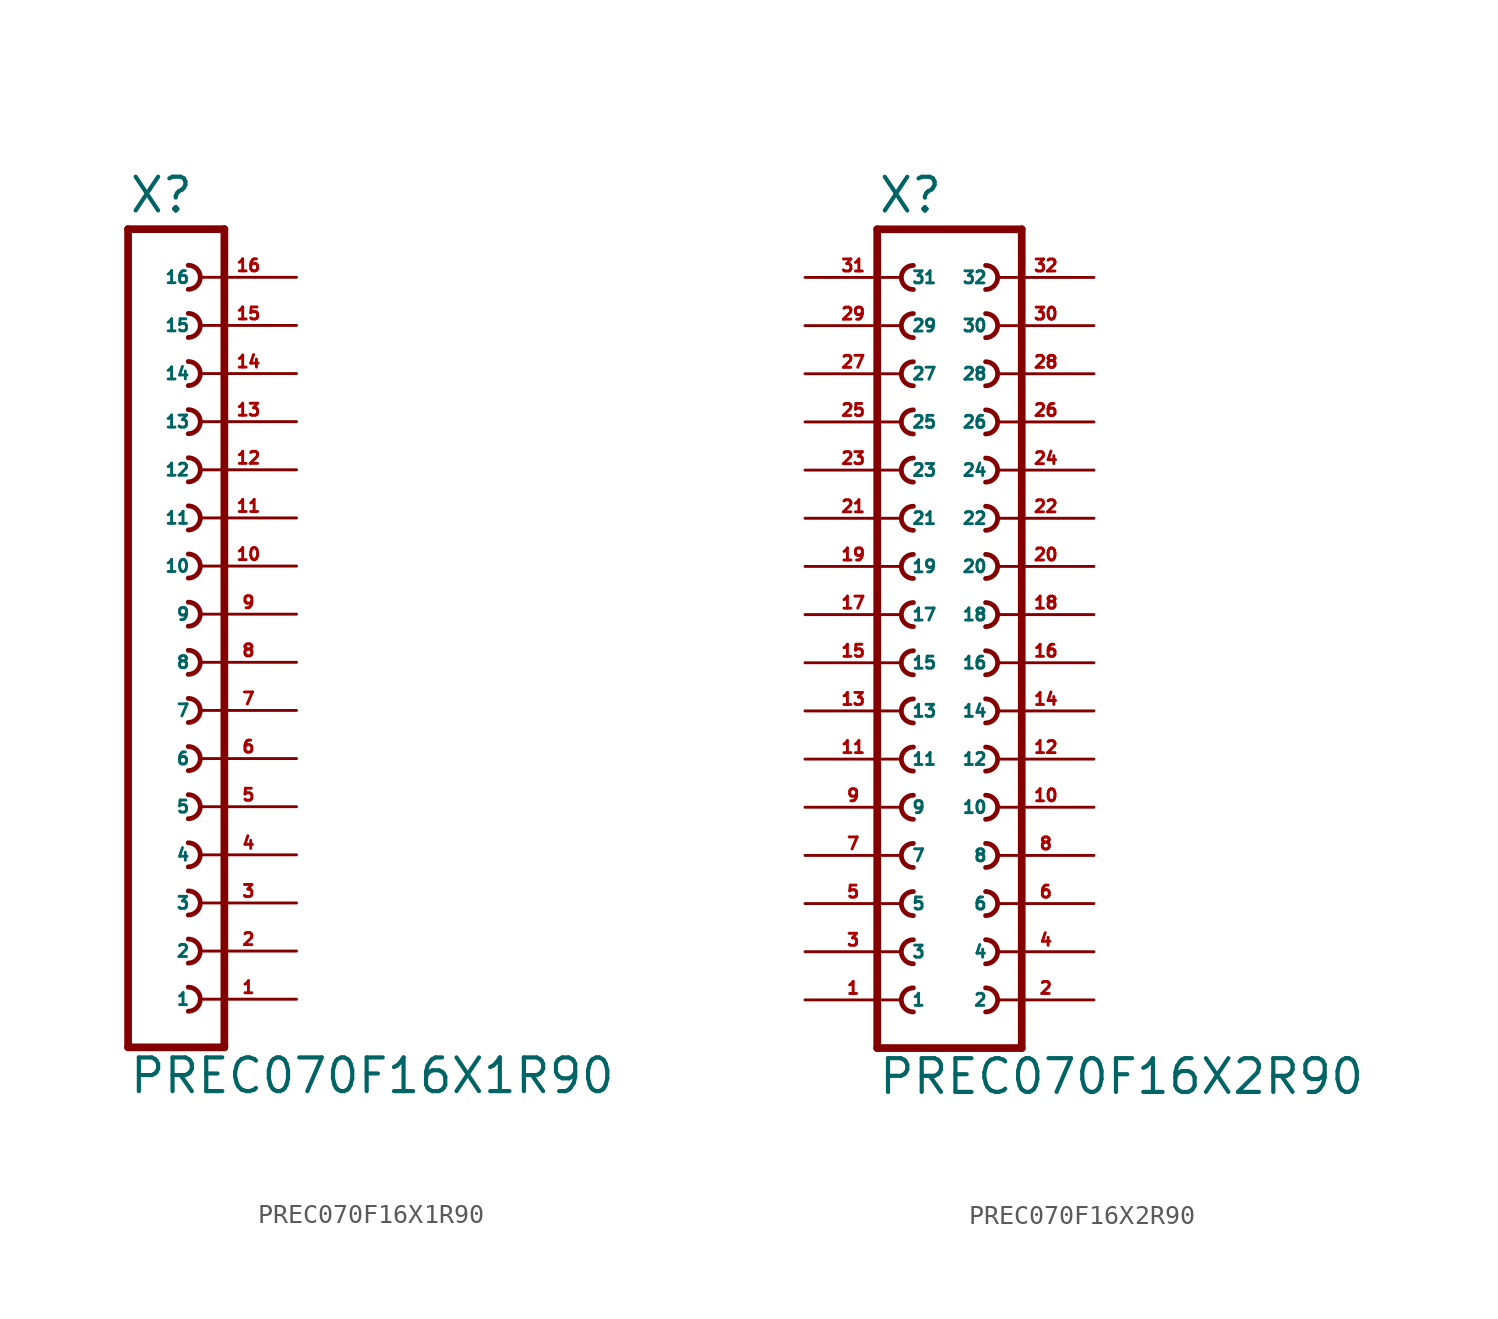
<source format=kicad_sym>
(kicad_symbol_lib
  (version 20220914)
  (generator Eagle2Kicad)
  (symbol "PREC070F16X1R90"
    (property "Reference" "X"
      (at -1.27 21.082 0)
      (effects (font (size 1.778 1.778) (thickness 0.22)) (justify left bottom)))
    (property "Value" "PREC070F16X1R90"
      (at -1.27 -25.4 0)
      (effects (font (size 1.778 1.778) (thickness 0.22)) (justify left bottom)))
    (polyline
      (pts (xy 3.81 -22.86) (xy -1.27 -22.86))
      (stroke (width 0.406) (type default))
      (fill (type none)))
    (arc
      (start 1.905 -20.955)
      (mid 2.540 -20.320)
      (end 1.905 -19.685)
      (stroke (width 0.254) (type default))
      (fill (type none)))
    (arc
      (start 1.905 -15.875)
      (mid 2.540 -15.240)
      (end 1.905 -14.605)
      (stroke (width 0.254) (type default))
      (fill (type none)))
    (arc
      (start 1.905 -18.415)
      (mid 2.540 -17.780)
      (end 1.905 -17.145)
      (stroke (width 0.254) (type default))
      (fill (type none)))
    (arc
      (start 1.905 -8.255)
      (mid 2.540 -7.620)
      (end 1.905 -6.985)
      (stroke (width 0.254) (type default))
      (fill (type none)))
    (arc
      (start 1.905 -10.795)
      (mid 2.540 -10.160)
      (end 1.905 -9.525)
      (stroke (width 0.254) (type default))
      (fill (type none)))
    (arc
      (start 1.905 -13.335)
      (mid 2.540 -12.700)
      (end 1.905 -12.065)
      (stroke (width 0.254) (type default))
      (fill (type none)))
    (arc
      (start 1.905 -3.175)
      (mid 2.540 -2.540)
      (end 1.905 -1.905)
      (stroke (width 0.254) (type default))
      (fill (type none)))
    (arc
      (start 1.905 -5.715)
      (mid 2.540 -5.080)
      (end 1.905 -4.445)
      (stroke (width 0.254) (type default))
      (fill (type none)))
    (arc
      (start 1.905 4.445)
      (mid 2.540 5.080)
      (end 1.905 5.715)
      (stroke (width 0.254) (type default))
      (fill (type none)))
    (arc
      (start 1.905 1.905)
      (mid 2.540 2.540)
      (end 1.905 3.175)
      (stroke (width 0.254) (type default))
      (fill (type none)))
    (arc
      (start 1.905 -0.635)
      (mid 2.540 0.000)
      (end 1.905 0.635)
      (stroke (width 0.254) (type default))
      (fill (type none)))
    (arc
      (start 1.905 9.525)
      (mid 2.540 10.160)
      (end 1.905 10.795)
      (stroke (width 0.254) (type default))
      (fill (type none)))
    (arc
      (start 1.905 6.985)
      (mid 2.540 7.620)
      (end 1.905 8.255)
      (stroke (width 0.254) (type default))
      (fill (type none)))
    (arc
      (start 1.905 17.145)
      (mid 2.540 17.780)
      (end 1.905 18.415)
      (stroke (width 0.254) (type default))
      (fill (type none)))
    (arc
      (start 1.905 14.605)
      (mid 2.540 15.240)
      (end 1.905 15.875)
      (stroke (width 0.254) (type default))
      (fill (type none)))
    (arc
      (start 1.905 12.065)
      (mid 2.540 12.700)
      (end 1.905 13.335)
      (stroke (width 0.254) (type default))
      (fill (type none)))
    (polyline
      (pts (xy -1.27 20.32) (xy -1.27 -22.86))
      (stroke (width 0.406) (type default))
      (fill (type none)))
    (polyline
      (pts (xy 3.81 -22.86) (xy 3.81 20.32))
      (stroke (width 0.406) (type default))
      (fill (type none)))
    (polyline
      (pts (xy -1.27 20.32) (xy 3.81 20.32))
      (stroke (width 0.406) (type default))
      (fill (type none)))
    (pin passive line
      (at 7.62 -20.32 180)
      (length 5.08)
      (name "1" (effects (font (size 0.635 0.635) (thickness 0.08)) (justify left bottom)))
      (number "1" (effects (font (size 0.635 0.635) (thickness 0.08)) (justify left bottom))))
    (pin passive line
      (at 7.62 -17.78 180)
      (length 5.08)
      (name "2" (effects (font (size 0.635 0.635) (thickness 0.08)) (justify left bottom)))
      (number "2" (effects (font (size 0.635 0.635) (thickness 0.08)) (justify left bottom))))
    (pin passive line
      (at 7.62 -15.24 180)
      (length 5.08)
      (name "3" (effects (font (size 0.635 0.635) (thickness 0.08)) (justify left bottom)))
      (number "3" (effects (font (size 0.635 0.635) (thickness 0.08)) (justify left bottom))))
    (pin passive line
      (at 7.62 -12.7 180)
      (length 5.08)
      (name "4" (effects (font (size 0.635 0.635) (thickness 0.08)) (justify left bottom)))
      (number "4" (effects (font (size 0.635 0.635) (thickness 0.08)) (justify left bottom))))
    (pin passive line
      (at 7.62 -10.16 180)
      (length 5.08)
      (name "5" (effects (font (size 0.635 0.635) (thickness 0.08)) (justify left bottom)))
      (number "5" (effects (font (size 0.635 0.635) (thickness 0.08)) (justify left bottom))))
    (pin passive line
      (at 7.62 -7.62 180)
      (length 5.08)
      (name "6" (effects (font (size 0.635 0.635) (thickness 0.08)) (justify left bottom)))
      (number "6" (effects (font (size 0.635 0.635) (thickness 0.08)) (justify left bottom))))
    (pin passive line
      (at 7.62 -5.08 180)
      (length 5.08)
      (name "7" (effects (font (size 0.635 0.635) (thickness 0.08)) (justify left bottom)))
      (number "7" (effects (font (size 0.635 0.635) (thickness 0.08)) (justify left bottom))))
    (pin passive line
      (at 7.62 -2.54 180)
      (length 5.08)
      (name "8" (effects (font (size 0.635 0.635) (thickness 0.08)) (justify left bottom)))
      (number "8" (effects (font (size 0.635 0.635) (thickness 0.08)) (justify left bottom))))
    (pin passive line
      (at 7.62 0 180)
      (length 5.08)
      (name "9" (effects (font (size 0.635 0.635) (thickness 0.08)) (justify left bottom)))
      (number "9" (effects (font (size 0.635 0.635) (thickness 0.08)) (justify left bottom))))
    (pin passive line
      (at 7.62 2.54 180)
      (length 5.08)
      (name "10" (effects (font (size 0.635 0.635) (thickness 0.08)) (justify left bottom)))
      (number "10" (effects (font (size 0.635 0.635) (thickness 0.08)) (justify left bottom))))
    (pin passive line
      (at 7.62 5.08 180)
      (length 5.08)
      (name "11" (effects (font (size 0.635 0.635) (thickness 0.08)) (justify left bottom)))
      (number "11" (effects (font (size 0.635 0.635) (thickness 0.08)) (justify left bottom))))
    (pin passive line
      (at 7.62 7.62 180)
      (length 5.08)
      (name "12" (effects (font (size 0.635 0.635) (thickness 0.08)) (justify left bottom)))
      (number "12" (effects (font (size 0.635 0.635) (thickness 0.08)) (justify left bottom))))
    (pin passive line
      (at 7.62 10.16 180)
      (length 5.08)
      (name "13" (effects (font (size 0.635 0.635) (thickness 0.08)) (justify left bottom)))
      (number "13" (effects (font (size 0.635 0.635) (thickness 0.08)) (justify left bottom))))
    (pin passive line
      (at 7.62 12.7 180)
      (length 5.08)
      (name "14" (effects (font (size 0.635 0.635) (thickness 0.08)) (justify left bottom)))
      (number "14" (effects (font (size 0.635 0.635) (thickness 0.08)) (justify left bottom))))
    (pin passive line
      (at 7.62 15.24 180)
      (length 5.08)
      (name "15" (effects (font (size 0.635 0.635) (thickness 0.08)) (justify left bottom)))
      (number "15" (effects (font (size 0.635 0.635) (thickness 0.08)) (justify left bottom))))
    (pin passive line
      (at 7.62 17.78 180)
      (length 5.08)
      (name "16" (effects (font (size 0.635 0.635) (thickness 0.08)) (justify left bottom)))
      (number "16" (effects (font (size 0.635 0.635) (thickness 0.08)) (justify left bottom)))))
  (symbol "PREC070F16X2R90"
    (property "Reference" "X"
      (at -3.81 21.082 0)
      (effects (font (size 1.778 1.778) (thickness 0.22)) (justify left bottom)))
    (property "Value" "PREC070F16X2R90"
      (at -3.81 -25.4 0)
      (effects (font (size 1.778 1.778) (thickness 0.22)) (justify left bottom)))
    (polyline
      (pts (xy 3.81 -22.86) (xy -3.81 -22.86))
      (stroke (width 0.406) (type default))
      (fill (type none)))
    (arc
      (start -1.905 -17.145)
      (mid -2.540 -17.780)
      (end -1.905 -18.415)
      (stroke (width 0.254) (type default))
      (fill (type none)))
    (arc
      (start -1.905 -19.685)
      (mid -2.540 -20.320)
      (end -1.905 -20.955)
      (stroke (width 0.254) (type default))
      (fill (type none)))
    (arc
      (start 1.905 -18.415)
      (mid 2.540 -17.780)
      (end 1.905 -17.145)
      (stroke (width 0.254) (type default))
      (fill (type none)))
    (arc
      (start 1.905 -20.955)
      (mid 2.540 -20.320)
      (end 1.905 -19.685)
      (stroke (width 0.254) (type default))
      (fill (type none)))
    (arc
      (start -1.905 -12.065)
      (mid -2.540 -12.700)
      (end -1.905 -13.335)
      (stroke (width 0.254) (type default))
      (fill (type none)))
    (arc
      (start -1.905 -14.605)
      (mid -2.540 -15.240)
      (end -1.905 -15.875)
      (stroke (width 0.254) (type default))
      (fill (type none)))
    (arc
      (start 1.905 -13.335)
      (mid 2.540 -12.700)
      (end 1.905 -12.065)
      (stroke (width 0.254) (type default))
      (fill (type none)))
    (arc
      (start 1.905 -15.875)
      (mid 2.540 -15.240)
      (end 1.905 -14.605)
      (stroke (width 0.254) (type default))
      (fill (type none)))
    (arc
      (start -1.905 -4.445)
      (mid -2.540 -5.080)
      (end -1.905 -5.715)
      (stroke (width 0.254) (type default))
      (fill (type none)))
    (arc
      (start -1.905 -6.985)
      (mid -2.540 -7.620)
      (end -1.905 -8.255)
      (stroke (width 0.254) (type default))
      (fill (type none)))
    (arc
      (start -1.905 -9.525)
      (mid -2.540 -10.160)
      (end -1.905 -10.795)
      (stroke (width 0.254) (type default))
      (fill (type none)))
    (arc
      (start 1.905 -5.715)
      (mid 2.540 -5.080)
      (end 1.905 -4.445)
      (stroke (width 0.254) (type default))
      (fill (type none)))
    (arc
      (start 1.905 -8.255)
      (mid 2.540 -7.620)
      (end 1.905 -6.985)
      (stroke (width 0.254) (type default))
      (fill (type none)))
    (arc
      (start 1.905 -10.795)
      (mid 2.540 -10.160)
      (end 1.905 -9.525)
      (stroke (width 0.254) (type default))
      (fill (type none)))
    (arc
      (start -1.905 0.635)
      (mid -2.540 0.000)
      (end -1.905 -0.635)
      (stroke (width 0.254) (type default))
      (fill (type none)))
    (arc
      (start -1.905 -1.905)
      (mid -2.540 -2.540)
      (end -1.905 -3.175)
      (stroke (width 0.254) (type default))
      (fill (type none)))
    (arc
      (start 1.905 -0.635)
      (mid 2.540 0.000)
      (end 1.905 0.635)
      (stroke (width 0.254) (type default))
      (fill (type none)))
    (arc
      (start 1.905 -3.175)
      (mid 2.540 -2.540)
      (end 1.905 -1.905)
      (stroke (width 0.254) (type default))
      (fill (type none)))
    (arc
      (start -1.905 8.255)
      (mid -2.540 7.620)
      (end -1.905 6.985)
      (stroke (width 0.254) (type default))
      (fill (type none)))
    (arc
      (start -1.905 5.715)
      (mid -2.540 5.080)
      (end -1.905 4.445)
      (stroke (width 0.254) (type default))
      (fill (type none)))
    (arc
      (start -1.905 3.175)
      (mid -2.540 2.540)
      (end -1.905 1.905)
      (stroke (width 0.254) (type default))
      (fill (type none)))
    (arc
      (start 1.905 6.985)
      (mid 2.540 7.620)
      (end 1.905 8.255)
      (stroke (width 0.254) (type default))
      (fill (type none)))
    (arc
      (start 1.905 4.445)
      (mid 2.540 5.080)
      (end 1.905 5.715)
      (stroke (width 0.254) (type default))
      (fill (type none)))
    (arc
      (start 1.905 1.905)
      (mid 2.540 2.540)
      (end 1.905 3.175)
      (stroke (width 0.254) (type default))
      (fill (type none)))
    (arc
      (start -1.905 13.335)
      (mid -2.540 12.700)
      (end -1.905 12.065)
      (stroke (width 0.254) (type default))
      (fill (type none)))
    (arc
      (start -1.905 10.795)
      (mid -2.540 10.160)
      (end -1.905 9.525)
      (stroke (width 0.254) (type default))
      (fill (type none)))
    (arc
      (start 1.905 12.065)
      (mid 2.540 12.700)
      (end 1.905 13.335)
      (stroke (width 0.254) (type default))
      (fill (type none)))
    (arc
      (start 1.905 9.525)
      (mid 2.540 10.160)
      (end 1.905 10.795)
      (stroke (width 0.254) (type default))
      (fill (type none)))
    (arc
      (start -1.905 18.415)
      (mid -2.540 17.780)
      (end -1.905 17.145)
      (stroke (width 0.254) (type default))
      (fill (type none)))
    (arc
      (start -1.905 15.875)
      (mid -2.540 15.240)
      (end -1.905 14.605)
      (stroke (width 0.254) (type default))
      (fill (type none)))
    (arc
      (start 1.905 17.145)
      (mid 2.540 17.780)
      (end 1.905 18.415)
      (stroke (width 0.254) (type default))
      (fill (type none)))
    (arc
      (start 1.905 14.605)
      (mid 2.540 15.240)
      (end 1.905 15.875)
      (stroke (width 0.254) (type default))
      (fill (type none)))
    (polyline
      (pts (xy -3.81 20.32) (xy -3.81 -22.86))
      (stroke (width 0.406) (type default))
      (fill (type none)))
    (polyline
      (pts (xy 3.81 -22.86) (xy 3.81 20.32))
      (stroke (width 0.406) (type default))
      (fill (type none)))
    (polyline
      (pts (xy -3.81 20.32) (xy 3.81 20.32))
      (stroke (width 0.406) (type default))
      (fill (type none)))
    (pin passive line
      (at -7.62 -20.32 0)
      (length 5.08)
      (name "1" (effects (font (size 0.635 0.635) (thickness 0.08)) (justify left bottom)))
      (number "1" (effects (font (size 0.635 0.635) (thickness 0.08)) (justify left bottom))))
    (pin passive line
      (at 7.62 -20.32 180)
      (length 5.08)
      (name "2" (effects (font (size 0.635 0.635) (thickness 0.08)) (justify left bottom)))
      (number "2" (effects (font (size 0.635 0.635) (thickness 0.08)) (justify left bottom))))
    (pin passive line
      (at -7.62 -17.78 0)
      (length 5.08)
      (name "3" (effects (font (size 0.635 0.635) (thickness 0.08)) (justify left bottom)))
      (number "3" (effects (font (size 0.635 0.635) (thickness 0.08)) (justify left bottom))))
    (pin passive line
      (at 7.62 -17.78 180)
      (length 5.08)
      (name "4" (effects (font (size 0.635 0.635) (thickness 0.08)) (justify left bottom)))
      (number "4" (effects (font (size 0.635 0.635) (thickness 0.08)) (justify left bottom))))
    (pin passive line
      (at -7.62 -15.24 0)
      (length 5.08)
      (name "5" (effects (font (size 0.635 0.635) (thickness 0.08)) (justify left bottom)))
      (number "5" (effects (font (size 0.635 0.635) (thickness 0.08)) (justify left bottom))))
    (pin passive line
      (at 7.62 -15.24 180)
      (length 5.08)
      (name "6" (effects (font (size 0.635 0.635) (thickness 0.08)) (justify left bottom)))
      (number "6" (effects (font (size 0.635 0.635) (thickness 0.08)) (justify left bottom))))
    (pin passive line
      (at -7.62 -12.7 0)
      (length 5.08)
      (name "7" (effects (font (size 0.635 0.635) (thickness 0.08)) (justify left bottom)))
      (number "7" (effects (font (size 0.635 0.635) (thickness 0.08)) (justify left bottom))))
    (pin passive line
      (at 7.62 -12.7 180)
      (length 5.08)
      (name "8" (effects (font (size 0.635 0.635) (thickness 0.08)) (justify left bottom)))
      (number "8" (effects (font (size 0.635 0.635) (thickness 0.08)) (justify left bottom))))
    (pin passive line
      (at -7.62 -10.16 0)
      (length 5.08)
      (name "9" (effects (font (size 0.635 0.635) (thickness 0.08)) (justify left bottom)))
      (number "9" (effects (font (size 0.635 0.635) (thickness 0.08)) (justify left bottom))))
    (pin passive line
      (at 7.62 -10.16 180)
      (length 5.08)
      (name "10" (effects (font (size 0.635 0.635) (thickness 0.08)) (justify left bottom)))
      (number "10" (effects (font (size 0.635 0.635) (thickness 0.08)) (justify left bottom))))
    (pin passive line
      (at -7.62 -7.62 0)
      (length 5.08)
      (name "11" (effects (font (size 0.635 0.635) (thickness 0.08)) (justify left bottom)))
      (number "11" (effects (font (size 0.635 0.635) (thickness 0.08)) (justify left bottom))))
    (pin passive line
      (at 7.62 -7.62 180)
      (length 5.08)
      (name "12" (effects (font (size 0.635 0.635) (thickness 0.08)) (justify left bottom)))
      (number "12" (effects (font (size 0.635 0.635) (thickness 0.08)) (justify left bottom))))
    (pin passive line
      (at -7.62 -5.08 0)
      (length 5.08)
      (name "13" (effects (font (size 0.635 0.635) (thickness 0.08)) (justify left bottom)))
      (number "13" (effects (font (size 0.635 0.635) (thickness 0.08)) (justify left bottom))))
    (pin passive line
      (at 7.62 -5.08 180)
      (length 5.08)
      (name "14" (effects (font (size 0.635 0.635) (thickness 0.08)) (justify left bottom)))
      (number "14" (effects (font (size 0.635 0.635) (thickness 0.08)) (justify left bottom))))
    (pin passive line
      (at -7.62 -2.54 0)
      (length 5.08)
      (name "15" (effects (font (size 0.635 0.635) (thickness 0.08)) (justify left bottom)))
      (number "15" (effects (font (size 0.635 0.635) (thickness 0.08)) (justify left bottom))))
    (pin passive line
      (at 7.62 -2.54 180)
      (length 5.08)
      (name "16" (effects (font (size 0.635 0.635) (thickness 0.08)) (justify left bottom)))
      (number "16" (effects (font (size 0.635 0.635) (thickness 0.08)) (justify left bottom))))
    (pin passive line
      (at -7.62 0 0)
      (length 5.08)
      (name "17" (effects (font (size 0.635 0.635) (thickness 0.08)) (justify left bottom)))
      (number "17" (effects (font (size 0.635 0.635) (thickness 0.08)) (justify left bottom))))
    (pin passive line
      (at 7.62 0 180)
      (length 5.08)
      (name "18" (effects (font (size 0.635 0.635) (thickness 0.08)) (justify left bottom)))
      (number "18" (effects (font (size 0.635 0.635) (thickness 0.08)) (justify left bottom))))
    (pin passive line
      (at -7.62 2.54 0)
      (length 5.08)
      (name "19" (effects (font (size 0.635 0.635) (thickness 0.08)) (justify left bottom)))
      (number "19" (effects (font (size 0.635 0.635) (thickness 0.08)) (justify left bottom))))
    (pin passive line
      (at 7.62 2.54 180)
      (length 5.08)
      (name "20" (effects (font (size 0.635 0.635) (thickness 0.08)) (justify left bottom)))
      (number "20" (effects (font (size 0.635 0.635) (thickness 0.08)) (justify left bottom))))
    (pin passive line
      (at -7.62 5.08 0)
      (length 5.08)
      (name "21" (effects (font (size 0.635 0.635) (thickness 0.08)) (justify left bottom)))
      (number "21" (effects (font (size 0.635 0.635) (thickness 0.08)) (justify left bottom))))
    (pin passive line
      (at 7.62 5.08 180)
      (length 5.08)
      (name "22" (effects (font (size 0.635 0.635) (thickness 0.08)) (justify left bottom)))
      (number "22" (effects (font (size 0.635 0.635) (thickness 0.08)) (justify left bottom))))
    (pin passive line
      (at -7.62 7.62 0)
      (length 5.08)
      (name "23" (effects (font (size 0.635 0.635) (thickness 0.08)) (justify left bottom)))
      (number "23" (effects (font (size 0.635 0.635) (thickness 0.08)) (justify left bottom))))
    (pin passive line
      (at 7.62 7.62 180)
      (length 5.08)
      (name "24" (effects (font (size 0.635 0.635) (thickness 0.08)) (justify left bottom)))
      (number "24" (effects (font (size 0.635 0.635) (thickness 0.08)) (justify left bottom))))
    (pin passive line
      (at -7.62 10.16 0)
      (length 5.08)
      (name "25" (effects (font (size 0.635 0.635) (thickness 0.08)) (justify left bottom)))
      (number "25" (effects (font (size 0.635 0.635) (thickness 0.08)) (justify left bottom))))
    (pin passive line
      (at 7.62 10.16 180)
      (length 5.08)
      (name "26" (effects (font (size 0.635 0.635) (thickness 0.08)) (justify left bottom)))
      (number "26" (effects (font (size 0.635 0.635) (thickness 0.08)) (justify left bottom))))
    (pin passive line
      (at -7.62 12.7 0)
      (length 5.08)
      (name "27" (effects (font (size 0.635 0.635) (thickness 0.08)) (justify left bottom)))
      (number "27" (effects (font (size 0.635 0.635) (thickness 0.08)) (justify left bottom))))
    (pin passive line
      (at 7.62 12.7 180)
      (length 5.08)
      (name "28" (effects (font (size 0.635 0.635) (thickness 0.08)) (justify left bottom)))
      (number "28" (effects (font (size 0.635 0.635) (thickness 0.08)) (justify left bottom))))
    (pin passive line
      (at -7.62 15.24 0)
      (length 5.08)
      (name "29" (effects (font (size 0.635 0.635) (thickness 0.08)) (justify left bottom)))
      (number "29" (effects (font (size 0.635 0.635) (thickness 0.08)) (justify left bottom))))
    (pin passive line
      (at 7.62 15.24 180)
      (length 5.08)
      (name "30" (effects (font (size 0.635 0.635) (thickness 0.08)) (justify left bottom)))
      (number "30" (effects (font (size 0.635 0.635) (thickness 0.08)) (justify left bottom))))
    (pin passive line
      (at -7.62 17.78 0)
      (length 5.08)
      (name "31" (effects (font (size 0.635 0.635) (thickness 0.08)) (justify left bottom)))
      (number "31" (effects (font (size 0.635 0.635) (thickness 0.08)) (justify left bottom))))
    (pin passive line
      (at 7.62 17.78 180)
      (length 5.08)
      (name "32" (effects (font (size 0.635 0.635) (thickness 0.08)) (justify left bottom)))
      (number "32" (effects (font (size 0.635 0.635) (thickness 0.08)) (justify left bottom))))))
</source>
